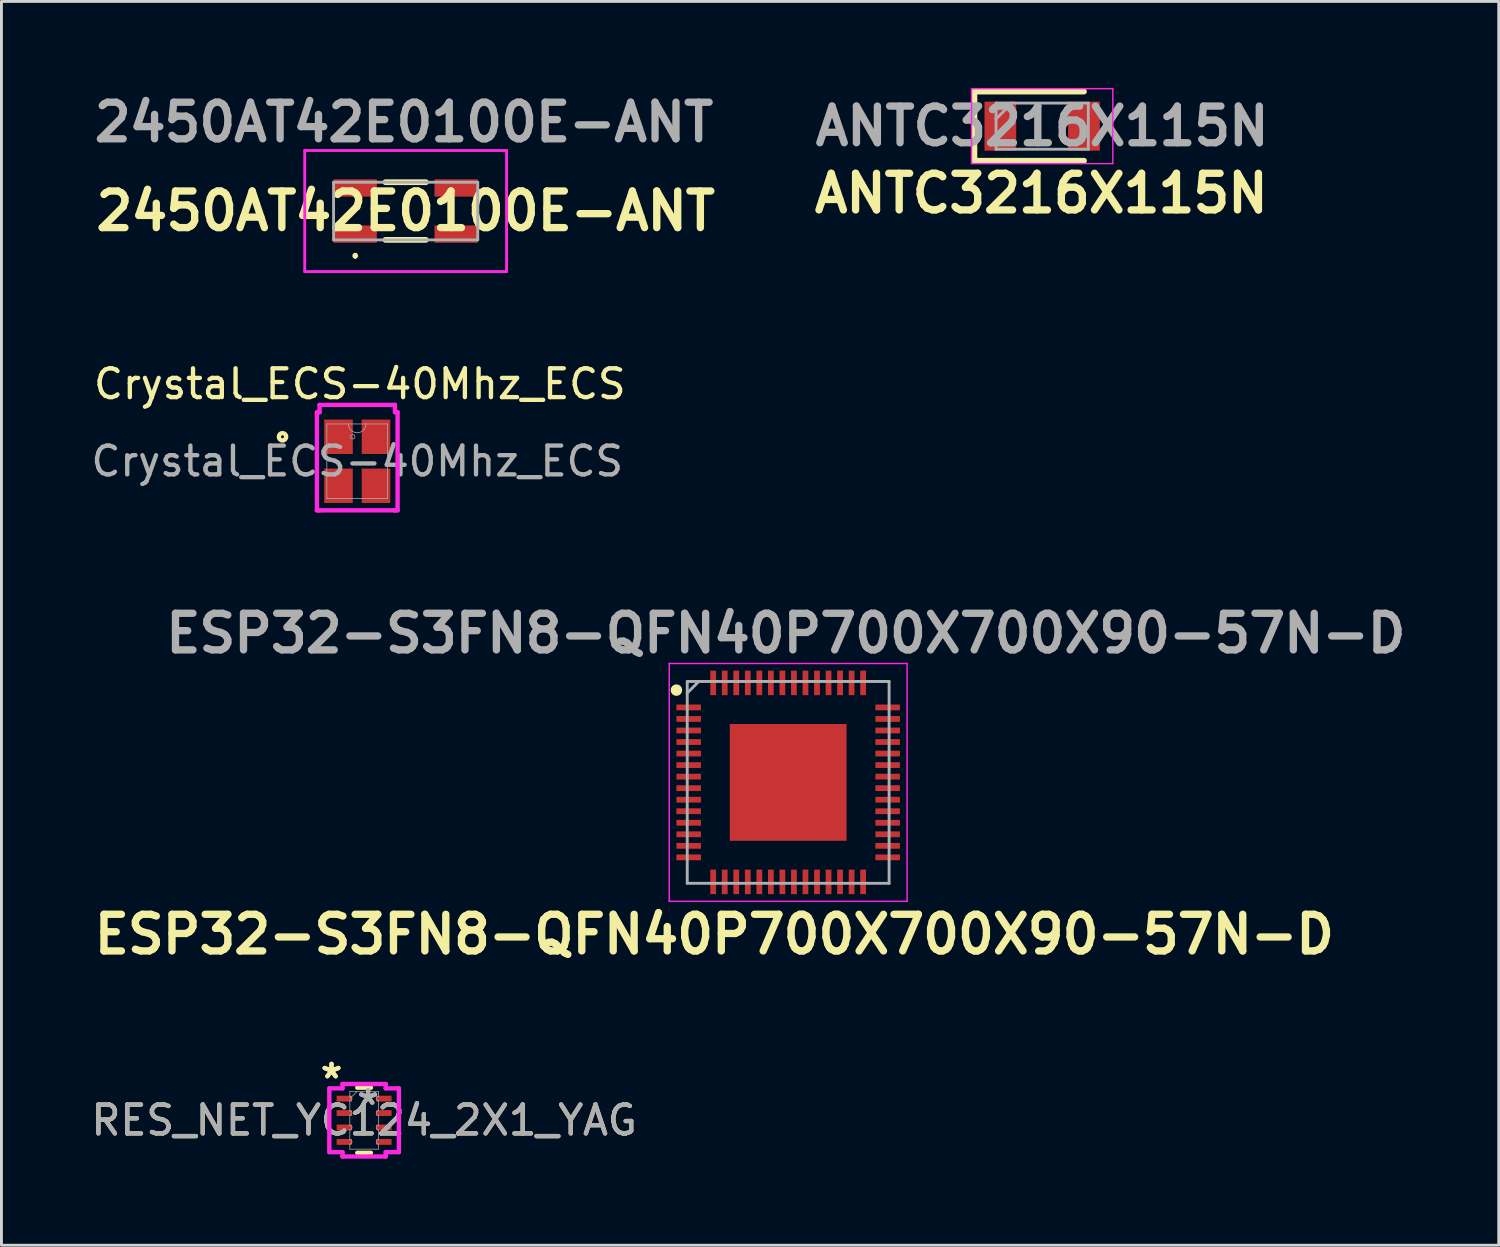
<source format=kicad_pcb>
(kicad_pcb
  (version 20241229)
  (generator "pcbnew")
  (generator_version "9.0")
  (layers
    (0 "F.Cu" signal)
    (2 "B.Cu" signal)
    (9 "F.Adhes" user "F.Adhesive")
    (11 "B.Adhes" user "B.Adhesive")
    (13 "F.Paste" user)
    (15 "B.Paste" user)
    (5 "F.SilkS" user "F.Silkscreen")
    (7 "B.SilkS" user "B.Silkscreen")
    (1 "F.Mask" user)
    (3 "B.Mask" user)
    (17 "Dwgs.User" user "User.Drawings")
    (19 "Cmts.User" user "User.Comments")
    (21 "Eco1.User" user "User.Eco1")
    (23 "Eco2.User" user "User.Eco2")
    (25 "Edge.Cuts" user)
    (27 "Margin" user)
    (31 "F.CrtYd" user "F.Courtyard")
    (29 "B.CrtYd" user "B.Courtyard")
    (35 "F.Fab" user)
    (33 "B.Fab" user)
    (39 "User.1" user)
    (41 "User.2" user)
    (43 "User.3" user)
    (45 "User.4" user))
  (footprint "ESP32-S3FN8-QFN40P700X700X90-57N-D"
    (layer "F.Cu")
    (at 24.283 24.083)
    (property "Reference" "ESP32-S3FN8-QFN40P700X700X90-57N-D" (at -2.56 5.27 0) (layer "F.SilkS") (effects (font (size 1.27 1.27) (thickness 0.254))))
    (attr smd)
    (fp_circle (center -3.875 -3.2) (end -3.875 -3.1) (stroke (width 0.2) (type solid)) (fill no) (layer "F.SilkS"))
    (fp_line (start -4.125 -4.125) (end 4.125 -4.125) (stroke (width 0.05) (type solid)) (layer "F.CrtYd"))
    (fp_line (start -4.125 4.125) (end -4.125 -4.125) (stroke (width 0.05) (type solid)) (layer "F.CrtYd"))
    (fp_line (start 4.125 -4.125) (end 4.125 4.125) (stroke (width 0.05) (type solid)) (layer "F.CrtYd"))
    (fp_line (start 4.125 4.125) (end -4.125 4.125) (stroke (width 0.05) (type solid)) (layer "F.CrtYd"))
    (fp_line (start -3.5 -3.5) (end 3.5 -3.5) (stroke (width 0.1) (type solid)) (layer "F.Fab"))
    (fp_line (start -3.5 -3.1) (end -3.1 -3.5) (stroke (width 0.1) (type solid)) (layer "F.Fab"))
    (fp_line (start -3.5 3.5) (end -3.5 -3.5) (stroke (width 0.1) (type solid)) (layer "F.Fab"))
    (fp_line (start 3.5 -3.5) (end 3.5 3.5) (stroke (width 0.1) (type solid)) (layer "F.Fab"))
    (fp_line (start 3.5 3.5) (end -3.5 3.5) (stroke (width 0.1) (type solid)) (layer "F.Fab"))
    (fp_text user "${REFERENCE}" (at -0.08 -5.17 0) (layer "F.Fab") (effects (font (size 1.27 1.27) (thickness 0.254))))
    (pad "1" smd rect (at -3.45 -2.6 90) (size 0.2 0.85) (layers "F.Cu" "F.Mask" "F.Paste"))
    (pad "2" smd rect (at -3.45 -2.2 90) (size 0.2 0.85) (layers "F.Cu" "F.Mask" "F.Paste"))
    (pad "3" smd rect (at -3.45 -1.8 90) (size 0.2 0.85) (layers "F.Cu" "F.Mask" "F.Paste"))
    (pad "4" smd rect (at -3.45 -1.4 90) (size 0.2 0.85) (layers "F.Cu" "F.Mask" "F.Paste"))
    (pad "5" smd rect (at -3.45 -1 90) (size 0.2 0.85) (layers "F.Cu" "F.Mask" "F.Paste"))
    (pad "6" smd rect (at -3.45 -0.6 90) (size 0.2 0.85) (layers "F.Cu" "F.Mask" "F.Paste"))
    (pad "7" smd rect (at -3.45 -0.2 90) (size 0.2 0.85) (layers "F.Cu" "F.Mask" "F.Paste"))
    (pad "8" smd rect (at -3.45 0.2 90) (size 0.2 0.85) (layers "F.Cu" "F.Mask" "F.Paste"))
    (pad "9" smd rect (at -3.45 0.6 90) (size 0.2 0.85) (layers "F.Cu" "F.Mask" "F.Paste"))
    (pad "10" smd rect (at -3.45 1 90) (size 0.2 0.85) (layers "F.Cu" "F.Mask" "F.Paste"))
    (pad "11" smd rect (at -3.45 1.4 90) (size 0.2 0.85) (layers "F.Cu" "F.Mask" "F.Paste"))
    (pad "12" smd rect (at -3.45 1.8 90) (size 0.2 0.85) (layers "F.Cu" "F.Mask" "F.Paste"))
    (pad "13" smd rect (at -3.45 2.2 90) (size 0.2 0.85) (layers "F.Cu" "F.Mask" "F.Paste"))
    (pad "14" smd rect (at -3.45 2.6 90) (size 0.2 0.85) (layers "F.Cu" "F.Mask" "F.Paste"))
    (pad "15" smd rect (at -2.6 3.45) (size 0.2 0.85) (layers "F.Cu" "F.Mask" "F.Paste"))
    (pad "16" smd rect (at -2.2 3.45) (size 0.2 0.85) (layers "F.Cu" "F.Mask" "F.Paste"))
    (pad "17" smd rect (at -1.8 3.45) (size 0.2 0.85) (layers "F.Cu" "F.Mask" "F.Paste"))
    (pad "18" smd rect (at -1.4 3.45) (size 0.2 0.85) (layers "F.Cu" "F.Mask" "F.Paste"))
    (pad "19" smd rect (at -1 3.45) (size 0.2 0.85) (layers "F.Cu" "F.Mask" "F.Paste"))
    (pad "20" smd rect (at -0.6 3.45) (size 0.2 0.85) (layers "F.Cu" "F.Mask" "F.Paste"))
    (pad "21" smd rect (at -0.2 3.45) (size 0.2 0.85) (layers "F.Cu" "F.Mask" "F.Paste"))
    (pad "22" smd rect (at 0.2 3.45) (size 0.2 0.85) (layers "F.Cu" "F.Mask" "F.Paste"))
    (pad "23" smd rect (at 0.6 3.45) (size 0.2 0.85) (layers "F.Cu" "F.Mask" "F.Paste"))
    (pad "24" smd rect (at 1 3.45) (size 0.2 0.85) (layers "F.Cu" "F.Mask" "F.Paste"))
    (pad "25" smd rect (at 1.4 3.45) (size 0.2 0.85) (layers "F.Cu" "F.Mask" "F.Paste"))
    (pad "26" smd rect (at 1.8 3.45) (size 0.2 0.85) (layers "F.Cu" "F.Mask" "F.Paste"))
    (pad "27" smd rect (at 2.2 3.45) (size 0.2 0.85) (layers "F.Cu" "F.Mask" "F.Paste"))
    (pad "28" smd rect (at 2.6 3.45) (size 0.2 0.85) (layers "F.Cu" "F.Mask" "F.Paste"))
    (pad "29" smd rect (at 3.45 2.6 90) (size 0.2 0.85) (layers "F.Cu" "F.Mask" "F.Paste"))
    (pad "30" smd rect (at 3.45 2.2 90) (size 0.2 0.85) (layers "F.Cu" "F.Mask" "F.Paste"))
    (pad "31" smd rect (at 3.45 1.8 90) (size 0.2 0.85) (layers "F.Cu" "F.Mask" "F.Paste"))
    (pad "32" smd rect (at 3.45 1.4 90) (size 0.2 0.85) (layers "F.Cu" "F.Mask" "F.Paste"))
    (pad "33" smd rect (at 3.45 1 90) (size 0.2 0.85) (layers "F.Cu" "F.Mask" "F.Paste"))
    (pad "34" smd rect (at 3.45 0.6 90) (size 0.2 0.85) (layers "F.Cu" "F.Mask" "F.Paste"))
    (pad "35" smd rect (at 3.45 0.2 90) (size 0.2 0.85) (layers "F.Cu" "F.Mask" "F.Paste"))
    (pad "36" smd rect (at 3.45 -0.2 90) (size 0.2 0.85) (layers "F.Cu" "F.Mask" "F.Paste"))
    (pad "37" smd rect (at 3.45 -0.6 90) (size 0.2 0.85) (layers "F.Cu" "F.Mask" "F.Paste"))
    (pad "38" smd rect (at 3.45 -1 90) (size 0.2 0.85) (layers "F.Cu" "F.Mask" "F.Paste"))
    (pad "39" smd rect (at 3.45 -1.4 90) (size 0.2 0.85) (layers "F.Cu" "F.Mask" "F.Paste"))
    (pad "40" smd rect (at 3.45 -1.8 90) (size 0.2 0.85) (layers "F.Cu" "F.Mask" "F.Paste"))
    (pad "41" smd rect (at 3.45 -2.2 90) (size 0.2 0.85) (layers "F.Cu" "F.Mask" "F.Paste"))
    (pad "42" smd rect (at 3.45 -2.6 90) (size 0.2 0.85) (layers "F.Cu" "F.Mask" "F.Paste"))
    (pad "43" smd rect (at 2.6 -3.45) (size 0.2 0.85) (layers "F.Cu" "F.Mask" "F.Paste"))
    (pad "44" smd rect (at 2.2 -3.45) (size 0.2 0.85) (layers "F.Cu" "F.Mask" "F.Paste"))
    (pad "45" smd rect (at 1.8 -3.45) (size 0.2 0.85) (layers "F.Cu" "F.Mask" "F.Paste"))
    (pad "46" smd rect (at 1.4 -3.45) (size 0.2 0.85) (layers "F.Cu" "F.Mask" "F.Paste"))
    (pad "47" smd rect (at 1 -3.45) (size 0.2 0.85) (layers "F.Cu" "F.Mask" "F.Paste"))
    (pad "48" smd rect (at 0.6 -3.45) (size 0.2 0.85) (layers "F.Cu" "F.Mask" "F.Paste"))
    (pad "49" smd rect (at 0.2 -3.45) (size 0.2 0.85) (layers "F.Cu" "F.Mask" "F.Paste"))
    (pad "50" smd rect (at -0.2 -3.45) (size 0.2 0.85) (layers "F.Cu" "F.Mask" "F.Paste"))
    (pad "51" smd rect (at -0.6 -3.45) (size 0.2 0.85) (layers "F.Cu" "F.Mask" "F.Paste"))
    (pad "52" smd rect (at -1 -3.45) (size 0.2 0.85) (layers "F.Cu" "F.Mask" "F.Paste"))
    (pad "53" smd rect (at -1.4 -3.45) (size 0.2 0.85) (layers "F.Cu" "F.Mask" "F.Paste"))
    (pad "54" smd rect (at -1.8 -3.45) (size 0.2 0.85) (layers "F.Cu" "F.Mask" "F.Paste"))
    (pad "55" smd rect (at -2.2 -3.45) (size 0.2 0.85) (layers "F.Cu" "F.Mask" "F.Paste"))
    (pad "56" smd rect (at -2.6 -3.45) (size 0.2 0.85) (layers "F.Cu" "F.Mask" "F.Paste"))
    (pad "57" smd rect (at 0 0) (size 4.05 4.05) (layers "F.Cu" "F.Mask" "F.Paste")))
  (footprint "RES_NET_YC124_2X1_YAG"
    (layer "F.Cu")
    (at 9.577 35.8)
    (property "Reference" "RES_NET_YC124_2X1_YAG" (at 0 0 0) (unlocked yes) (layer "F.SilkS") (effects (font (size 1 1) (thickness 0.15))))
    (attr smd)
    (fp_line (start -0.237 -1.13) (end 0.237 -1.13) (stroke (width 0.152) (type solid)) (layer "F.SilkS"))
    (fp_line (start -0.237 1.13) (end 0.237 1.13) (stroke (width 0.152) (type solid)) (layer "F.SilkS"))
    (fp_line (start -1.206 -1.106) (end -0.749 -1.106) (stroke (width 0.152) (type solid)) (layer "F.CrtYd"))
    (fp_line (start -1.206 1.106) (end -1.206 -1.106) (stroke (width 0.152) (type solid)) (layer "F.CrtYd"))
    (fp_line (start -1.206 1.106) (end -0.749 1.106) (stroke (width 0.152) (type solid)) (layer "F.CrtYd"))
    (fp_line (start -0.749 -1.257) (end 0.749 -1.257) (stroke (width 0.152) (type solid)) (layer "F.CrtYd"))
    (fp_line (start -0.749 -1.106) (end -0.749 -1.257) (stroke (width 0.152) (type solid)) (layer "F.CrtYd"))
    (fp_line (start -0.749 1.257) (end -0.749 1.106) (stroke (width 0.152) (type solid)) (layer "F.CrtYd"))
    (fp_line (start 0.749 -1.257) (end 0.749 -1.106) (stroke (width 0.152) (type solid)) (layer "F.CrtYd"))
    (fp_line (start 0.749 1.106) (end 0.749 1.257) (stroke (width 0.152) (type solid)) (layer "F.CrtYd"))
    (fp_line (start 0.749 1.257) (end -0.749 1.257) (stroke (width 0.152) (type solid)) (layer "F.CrtYd"))
    (fp_line (start 1.206 -1.106) (end 0.749 -1.106) (stroke (width 0.152) (type solid)) (layer "F.CrtYd"))
    (fp_line (start 1.206 -1.106) (end 1.206 1.106) (stroke (width 0.152) (type solid)) (layer "F.CrtYd"))
    (fp_line (start 1.206 1.106) (end 0.749 1.106) (stroke (width 0.152) (type solid)) (layer "F.CrtYd"))
    (fp_line (start -0.495 -1.003) (end 0.495 -1.003) (stroke (width 0.025) (type solid)) (layer "F.Fab"))
    (fp_line (start -0.495 -0.826) (end -0.495 -1.003) (stroke (width 0.025) (type solid)) (layer "F.Fab"))
    (fp_line (start -0.495 -0.674) (end -0.495 -0.326) (stroke (width 0.025) (type solid)) (layer "F.Fab"))
    (fp_line (start -0.495 -0.174) (end -0.495 0.174) (stroke (width 0.025) (type solid)) (layer "F.Fab"))
    (fp_line (start -0.495 0.326) (end -0.495 0.674) (stroke (width 0.025) (type solid)) (layer "F.Fab"))
    (fp_line (start -0.495 0.826) (end -0.495 1.003) (stroke (width 0.025) (type solid)) (layer "F.Fab"))
    (fp_line (start -0.495 1.003) (end 0.495 1.003) (stroke (width 0.025) (type solid)) (layer "F.Fab"))
    (fp_line (start -0.241 -1.003) (end -0.495 -0.749) (stroke (width 0.025) (type solid)) (layer "F.Fab"))
    (fp_line (start 0.495 -0.826) (end 0.495 -1.003) (stroke (width 0.025) (type solid)) (layer "F.Fab"))
    (fp_line (start 0.495 -0.674) (end 0.495 -0.326) (stroke (width 0.025) (type solid)) (layer "F.Fab"))
    (fp_line (start 0.495 -0.174) (end 0.495 0.174) (stroke (width 0.025) (type solid)) (layer "F.Fab"))
    (fp_line (start 0.495 0.326) (end 0.495 0.674) (stroke (width 0.025) (type solid)) (layer "F.Fab"))
    (fp_line (start 0.495 0.826) (end 0.495 1.003) (stroke (width 0.025) (type solid)) (layer "F.Fab"))
    (fp_arc (start -0.4953 -0.826201) (mid -0.4191 -0.750001) (end -0.4953 -0.673801) (stroke (width 0.0254) (type solid)) (layer "F.Fab"))
    (fp_arc (start -0.4953 -0.3262) (mid -0.4191 -0.25) (end -0.4953 -0.173799) (stroke (width 0.0254) (type solid)) (layer "F.Fab"))
    (fp_arc (start -0.4953 0.173799) (mid -0.4191 0.249999) (end -0.4953 0.3262) (stroke (width 0.0254) (type solid)) (layer "F.Fab"))
    (fp_arc (start -0.4953 0.673801) (mid -0.4191 0.750001) (end -0.4953 0.826201) (stroke (width 0.0254) (type solid)) (layer "F.Fab"))
    (fp_arc (start 0.4953 -0.673801) (mid 0.4191 -0.750001) (end 0.4953 -0.826201) (stroke (width 0.0254) (type solid)) (layer "F.Fab"))
    (fp_arc (start 0.4953 -0.173799) (mid 0.4191 -0.249999) (end 0.4953 -0.3262) (stroke (width 0.0254) (type solid)) (layer "F.Fab"))
    (fp_arc (start 0.4953 0.3262) (mid 0.4191 0.25) (end 0.4953 0.173799) (stroke (width 0.0254) (type solid)) (layer "F.Fab"))
    (fp_arc (start 0.4953 0.826201) (mid 0.4191 0.750001) (end 0.4953 0.673801) (stroke (width 0.0254) (type solid)) (layer "F.Fab"))
    (fp_text user "*" (at -1.13 -1.41 0) (layer "F.SilkS") (effects (font (size 1 1) (thickness 0.15))))
    (fp_text user "*" (at -1.13 -1.41 0) (unlocked yes) (layer "F.SilkS") (effects (font (size 1 1) (thickness 0.15))))
    (fp_text user "*" (at 0.14 -0.495 0) (layer "F.Fab") (effects (font (size 1 1) (thickness 0.15))))
    (fp_text user "${REFERENCE}" (at 0 0 0) (unlocked yes) (layer "F.Fab") (effects (font (size 1 1) (thickness 0.15))))
    (fp_text user "*" (at 0.14 -0.495 0) (unlocked yes) (layer "F.Fab") (effects (font (size 1 1) (thickness 0.15))))
    (pad "1" smd rect (at -0.686 -0.75) (size 0.533 0.203) (layers "F.Cu" "F.Mask" "F.Paste"))
    (pad "2" smd rect (at -0.686 -0.25) (size 0.533 0.203) (layers "F.Cu" "F.Mask" "F.Paste"))
    (pad "3" smd rect (at -0.686 0.25) (size 0.533 0.203) (layers "F.Cu" "F.Mask" "F.Paste"))
    (pad "4" smd rect (at -0.686 0.75) (size 0.533 0.203) (layers "F.Cu" "F.Mask" "F.Paste"))
    (pad "5" smd rect (at 0.686 0.75) (size 0.533 0.203) (layers "F.Cu" "F.Mask" "F.Paste"))
    (pad "6" smd rect (at 0.686 0.25) (size 0.533 0.203) (layers "F.Cu" "F.Mask" "F.Paste"))
    (pad "7" smd rect (at 0.686 -0.25) (size 0.533 0.203) (layers "F.Cu" "F.Mask" "F.Paste"))
    (pad "8" smd rect (at 0.686 -0.75) (size 0.533 0.203) (layers "F.Cu" "F.Mask" "F.Paste")))
  (footprint "ANTC3216X115N"
    (layer "F.Cu")
    (at 33.092 1.325)
    (property "Reference" "ANTC3216X115N" (at -0.03 2.33 0) (layer "F.SilkS") (effects (font (size 1.27 1.27) (thickness 0.254))))
    (attr smd)
    (fp_line (start -2.35 -1.2) (end -2.35 1.2) (stroke (width 0.2) (type solid)) (layer "F.SilkS"))
    (fp_line (start -2.35 1.2) (end 1.45 1.2) (stroke (width 0.2) (type solid)) (layer "F.SilkS"))
    (fp_line (start 1.45 -1.2) (end -2.35 -1.2) (stroke (width 0.2) (type solid)) (layer "F.SilkS"))
    (fp_line (start -2.45 -1.3) (end 2.45 -1.3) (stroke (width 0.05) (type solid)) (layer "F.CrtYd"))
    (fp_line (start -2.45 1.3) (end -2.45 -1.3) (stroke (width 0.05) (type solid)) (layer "F.CrtYd"))
    (fp_line (start 2.45 -1.3) (end 2.45 1.3) (stroke (width 0.05) (type solid)) (layer "F.CrtYd"))
    (fp_line (start 2.45 1.3) (end -2.45 1.3) (stroke (width 0.05) (type solid)) (layer "F.CrtYd"))
    (fp_line (start -1.6 -0.8) (end 1.6 -0.8) (stroke (width 0.1) (type solid)) (layer "F.Fab"))
    (fp_line (start -1.6 -0.25) (end -1.05 -0.8) (stroke (width 0.1) (type solid)) (layer "F.Fab"))
    (fp_line (start -1.6 0.8) (end -1.6 -0.8) (stroke (width 0.1) (type solid)) (layer "F.Fab"))
    (fp_line (start 1.6 -0.8) (end 1.6 0.8) (stroke (width 0.1) (type solid)) (layer "F.Fab"))
    (fp_line (start 1.6 0.8) (end -1.6 0.8) (stroke (width 0.1) (type solid)) (layer "F.Fab"))
    (fp_text user "${REFERENCE}" (at 0 0 0) (layer "F.Fab") (effects (font (size 1.27 1.27) (thickness 0.254))))
    (pad "1" smd rect (at -1.45 0) (size 1.1 1.7) (layers "F.Cu" "F.Mask" "F.Paste"))
    (pad "2" smd rect (at 1.45 0) (size 1.1 1.7) (layers "F.Cu" "F.Mask" "F.Paste")))
  (footprint "2450AT42E0100E-ANT"
    (layer "F.Cu")
    (at 11.018 4.269)
    (property "Reference" "2450AT42E0100E-ANT" (at 0 0 0) (layer "F.SilkS") (effects (font (size 1.27 1.27) (thickness 0.254))))
    (attr smd)
    (fp_line (start -1.75 1.5) (end -1.75 1.5) (stroke (width 0.1) (type solid)) (layer "F.SilkS"))
    (fp_line (start -1.75 1.6) (end -1.75 1.6) (stroke (width 0.1) (type solid)) (layer "F.SilkS"))
    (fp_line (start -0.7 -1) (end 0.7 -1) (stroke (width 0.2) (type solid)) (layer "F.SilkS"))
    (fp_line (start -0.7 1) (end 0.7 1) (stroke (width 0.2) (type solid)) (layer "F.SilkS"))
    (fp_arc (start -1.75 1.5) (mid -1.7 1.55) (end -1.75 1.6) (stroke (width 0.1) (type solid)) (layer "F.SilkS"))
    (fp_arc (start -1.75 1.6) (mid -1.8 1.55) (end -1.75 1.5) (stroke (width 0.1) (type solid)) (layer "F.SilkS"))
    (fp_line (start -3.5 -2.1) (end 3.5 -2.1) (stroke (width 0.1) (type solid)) (layer "F.CrtYd"))
    (fp_line (start -3.5 2.1) (end -3.5 -2.1) (stroke (width 0.1) (type solid)) (layer "F.CrtYd"))
    (fp_line (start 3.5 -2.1) (end 3.5 2.1) (stroke (width 0.1) (type solid)) (layer "F.CrtYd"))
    (fp_line (start 3.5 2.1) (end -3.5 2.1) (stroke (width 0.1) (type solid)) (layer "F.CrtYd"))
    (fp_line (start -2.5 -1) (end 2.5 -1) (stroke (width 0.1) (type solid)) (layer "F.Fab"))
    (fp_line (start -2.5 1) (end -2.5 -1) (stroke (width 0.1) (type solid)) (layer "F.Fab"))
    (fp_line (start 2.5 -1) (end 2.5 1) (stroke (width 0.1) (type solid)) (layer "F.Fab"))
    (fp_line (start 2.5 1) (end -2.5 1) (stroke (width 0.1) (type solid)) (layer "F.Fab"))
    (fp_text user "${REFERENCE}" (at -0.06 -3.08 0) (layer "F.Fab") (effects (font (size 1.27 1.27) (thickness 0.254))))
    (pad "1" smd rect (at -1.75 0.8 90) (size 0.6 1.5) (layers "F.Cu" "F.Mask" "F.Paste"))
    (pad "2" smd rect (at 1.75 0.8 90) (size 0.6 1.5) (layers "F.Cu" "F.Mask" "F.Paste"))
    (pad "3" smd rect (at 1.75 -0.8 90) (size 0.6 1.5) (layers "F.Cu" "F.Mask" "F.Paste"))
    (pad "4" smd rect (at -1.75 -0.8 90) (size 0.6 1.5) (layers "F.Cu" "F.Mask" "F.Paste")))
  (footprint "Crystal_ECS-40Mhz_ECS"
    (layer "F.Cu")
    (at 9.339 12.947)
    (property "Reference" "Crystal_ECS-40Mhz_ECS" (at 0.09 -2.68 0) (unlocked yes) (layer "F.SilkS") (effects (font (size 1 1) (thickness 0.15))))
    (attr smd)
    (fp_circle (center -2.592 -0.85) (end -2.465 -0.85) (stroke (width 0.152) (type solid)) (fill no) (layer "F.SilkS"))
    (fp_line (start -1.399 -1.701) (end -1.308 -1.701) (stroke (width 0.152) (type solid)) (layer "F.CrtYd"))
    (fp_line (start -1.399 1.701) (end -1.399 -1.701) (stroke (width 0.152) (type solid)) (layer "F.CrtYd"))
    (fp_line (start -1.399 1.701) (end -1.308 1.701) (stroke (width 0.152) (type solid)) (layer "F.CrtYd"))
    (fp_line (start -1.308 -1.955) (end 1.308 -1.955) (stroke (width 0.152) (type solid)) (layer "F.CrtYd"))
    (fp_line (start -1.308 -1.701) (end -1.308 -1.955) (stroke (width 0.152) (type solid)) (layer "F.CrtYd"))
    (fp_line (start -1.308 1.701) (end -1.308 1.701) (stroke (width 0.152) (type solid)) (layer "F.CrtYd"))
    (fp_line (start 1.308 -1.955) (end 1.308 -1.701) (stroke (width 0.152) (type solid)) (layer "F.CrtYd"))
    (fp_line (start 1.308 1.701) (end -1.308 1.701) (stroke (width 0.152) (type solid)) (layer "F.CrtYd"))
    (fp_line (start 1.308 1.701) (end 1.308 1.701) (stroke (width 0.152) (type solid)) (layer "F.CrtYd"))
    (fp_line (start 1.399 -1.701) (end 1.308 -1.701) (stroke (width 0.152) (type solid)) (layer "F.CrtYd"))
    (fp_line (start 1.399 -1.701) (end 1.399 1.701) (stroke (width 0.152) (type solid)) (layer "F.CrtYd"))
    (fp_line (start 1.399 1.701) (end 1.308 1.701) (stroke (width 0.152) (type solid)) (layer "F.CrtYd"))
    (fp_line (start -1.054 -1.295) (end -1.054 1.295) (stroke (width 0.025) (type solid)) (layer "F.Fab"))
    (fp_line (start -1.054 1.295) (end 1.054 1.295) (stroke (width 0.025) (type solid)) (layer "F.Fab"))
    (fp_line (start 1.054 -1.295) (end -1.054 -1.295) (stroke (width 0.025) (type solid)) (layer "F.Fab"))
    (fp_line (start 1.054 1.295) (end 1.054 -1.295) (stroke (width 0.025) (type solid)) (layer "F.Fab"))
    (fp_arc (start 0.3048 -1.2954) (mid 0 -0.9906) (end -0.3048 -1.2954) (stroke (width 0.0254) (type solid)) (layer "F.Fab"))
    (fp_circle (center -0.155 -0.85) (end -0.079 -0.85) (stroke (width 0.025) (type solid)) (fill no) (layer "F.Fab"))
    (fp_text user "${REFERENCE}" (at 0 0 0) (unlocked yes) (layer "F.Fab") (effects (font (size 1 1) (thickness 0.15))))
    (pad "1" smd rect (at -0.65 -0.85) (size 0.991 1.194) (layers "F.Cu" "F.Mask" "F.Paste"))
    (pad "2" smd rect (at -0.65 0.85) (size 0.991 1.194) (layers "F.Cu" "F.Mask" "F.Paste"))
    (pad "3" smd rect (at 0.65 0.85) (size 0.991 1.194) (layers "F.Cu" "F.Mask" "F.Paste"))
    (pad "4" smd rect (at 0.65 -0.85) (size 0.991 1.194) (layers "F.Cu" "F.Mask" "F.Paste")))
  (gr_rect
    (start -3 -3)
    (end 48.926 40.134)
    (stroke (width 0.1) (type default))
    (fill no)
    (layer "Edge.Cuts")))
</source>
